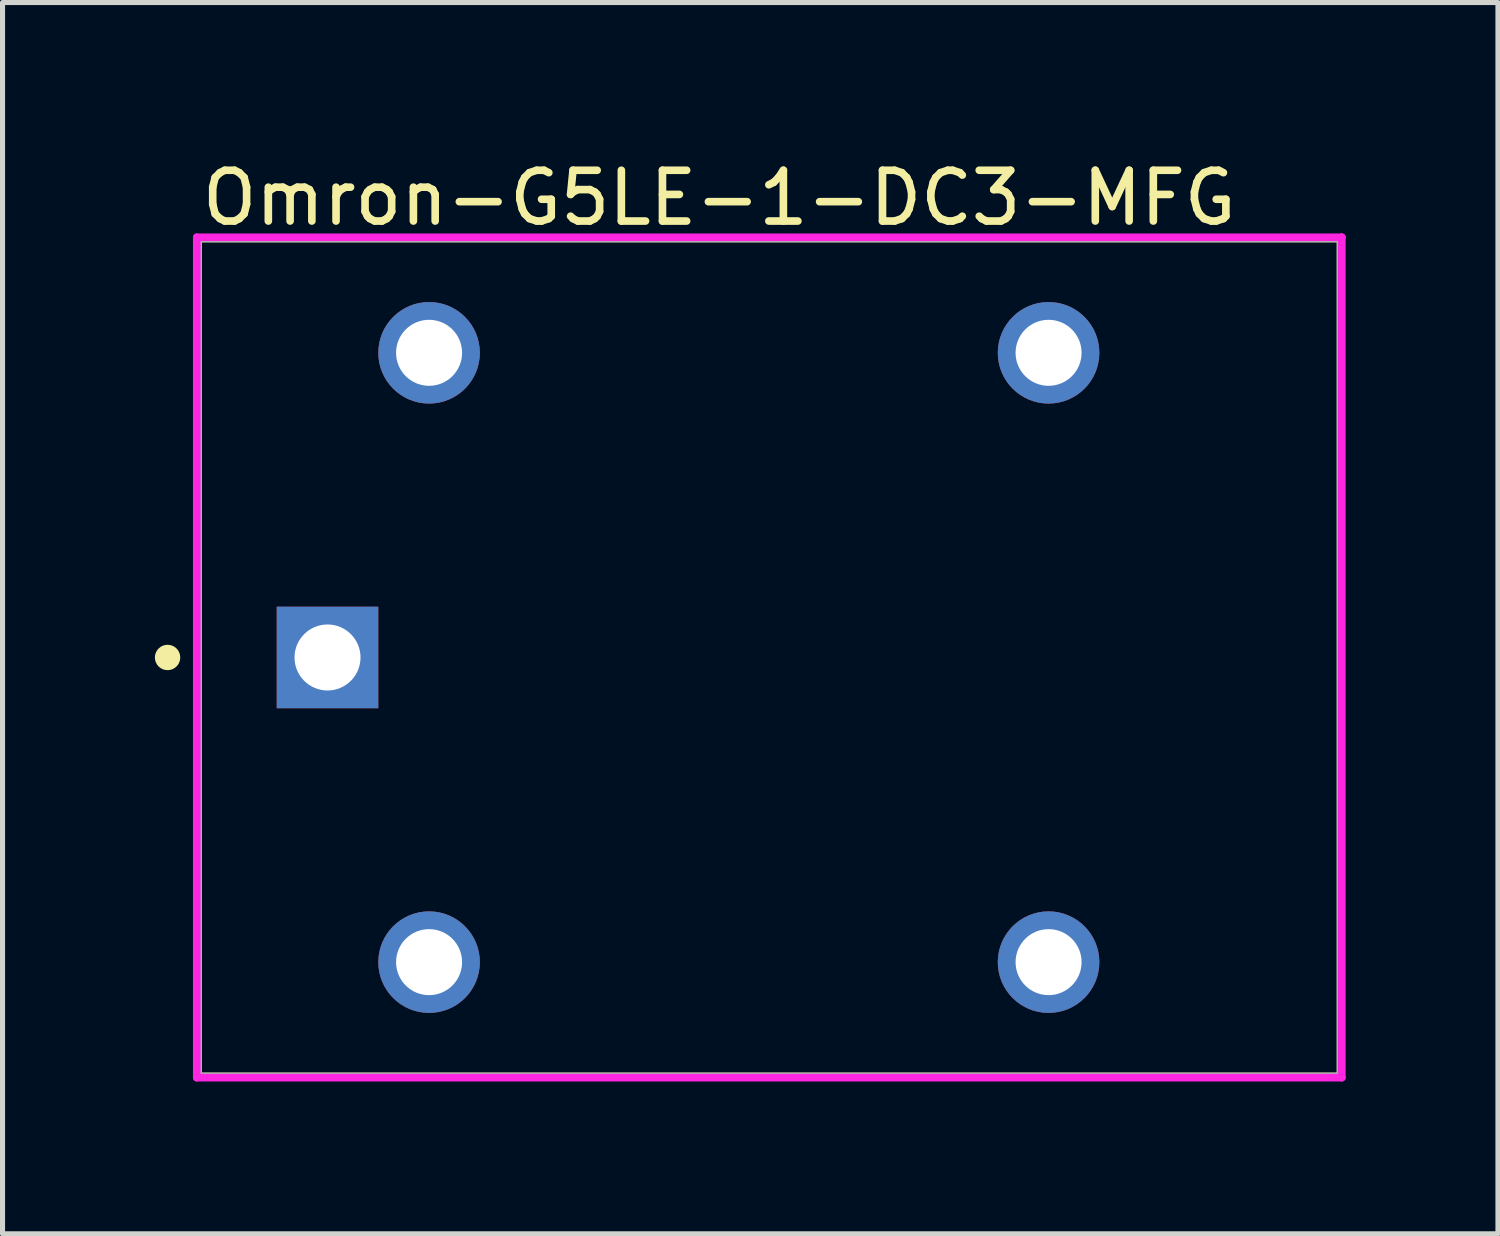
<source format=kicad_pcb>
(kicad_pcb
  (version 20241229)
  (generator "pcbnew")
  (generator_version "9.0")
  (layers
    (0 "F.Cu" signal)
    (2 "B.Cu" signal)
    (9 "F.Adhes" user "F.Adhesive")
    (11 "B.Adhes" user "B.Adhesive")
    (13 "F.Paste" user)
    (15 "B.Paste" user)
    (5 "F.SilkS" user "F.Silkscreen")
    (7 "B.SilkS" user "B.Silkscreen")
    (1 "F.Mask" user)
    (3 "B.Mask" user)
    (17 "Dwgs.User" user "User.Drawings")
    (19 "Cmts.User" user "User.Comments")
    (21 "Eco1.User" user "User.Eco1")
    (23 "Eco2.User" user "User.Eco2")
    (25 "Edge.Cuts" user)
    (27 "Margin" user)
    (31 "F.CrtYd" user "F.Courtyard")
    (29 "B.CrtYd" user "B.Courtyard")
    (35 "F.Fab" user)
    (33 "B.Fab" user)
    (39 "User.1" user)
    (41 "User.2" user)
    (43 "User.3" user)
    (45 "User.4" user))
  (footprint "Omron-G5LE-1-DC3-MFG"
    (layer "F.Cu")
    (at 12.1 9.898)
    (property "Reference" "Omron-G5LE-1-DC3-MFG" (at -11.25 -9.05 0) (layer "F.SilkS") (effects (font (size 1 1) (thickness 0.15)) (justify left)))
    (attr through_hole)
    (fp_line (start -11.25 -8.25) (end 11.25 -8.25) (stroke (width 0.15) (type solid)) (layer "F.SilkS"))
    (fp_line (start -11.25 8.25) (end -11.25 -8.25) (stroke (width 0.15) (type solid)) (layer "F.SilkS"))
    (fp_line (start -11.25 8.25) (end 11.25 8.25) (stroke (width 0.15) (type solid)) (layer "F.SilkS"))
    (fp_line (start 11.25 8.25) (end 11.25 -8.25) (stroke (width 0.15) (type solid)) (layer "F.SilkS"))
    (fp_circle (center -11.85 0) (end -11.725 0) (stroke (width 0.25) (type solid)) (fill no) (layer "F.SilkS"))
    (fp_line (start -11.275 -8.275) (end -11.275 8.275) (stroke (width 0.15) (type solid)) (layer "F.CrtYd"))
    (fp_line (start -11.275 8.275) (end 11.275 8.275) (stroke (width 0.15) (type solid)) (layer "F.CrtYd"))
    (fp_line (start 11.275 -8.275) (end -11.275 -8.275) (stroke (width 0.15) (type solid)) (layer "F.CrtYd"))
    (fp_line (start 11.275 -8.275) (end 11.275 -8.275) (stroke (width 0.15) (type solid)) (layer "F.CrtYd"))
    (fp_line (start 11.275 8.275) (end 11.275 -8.275) (stroke (width 0.15) (type solid)) (layer "F.CrtYd"))
    (fp_line (start -11.25 -8.25) (end 11.25 -8.25) (stroke (width 0.15) (type solid)) (layer "F.Fab"))
    (fp_line (start -11.25 8.25) (end -11.25 -8.25) (stroke (width 0.15) (type solid)) (layer "F.Fab"))
    (fp_line (start 11.25 -8.25) (end 11.25 8.25) (stroke (width 0.15) (type solid)) (layer "F.Fab"))
    (fp_line (start 11.25 8.25) (end -11.25 8.25) (stroke (width 0.15) (type solid)) (layer "F.Fab"))
    (pad "1" thru_hole rect (at -8.7 0) (size 2 2) (drill 1.3) (layers "*.Cu"))
    (pad "2" thru_hole circle (at -6.7 6) (size 2 2) (drill 1.3) (layers "*.Cu"))
    (pad "3" thru_hole circle (at 5.5 6) (size 2 2) (drill 1.3) (layers "*.Cu"))
    (pad "4" thru_hole circle (at 5.5 -6) (size 2 2) (drill 1.3) (layers "*.Cu"))
    (pad "5" thru_hole circle (at -6.7 -6) (size 2 2) (drill 1.3) (layers "*.Cu")))
  (gr_rect
    (start -3 -3)
    (end 26.45 21.248)
    (stroke (width 0.1) (type default))
    (fill no)
    (layer "Edge.Cuts")))
</source>
